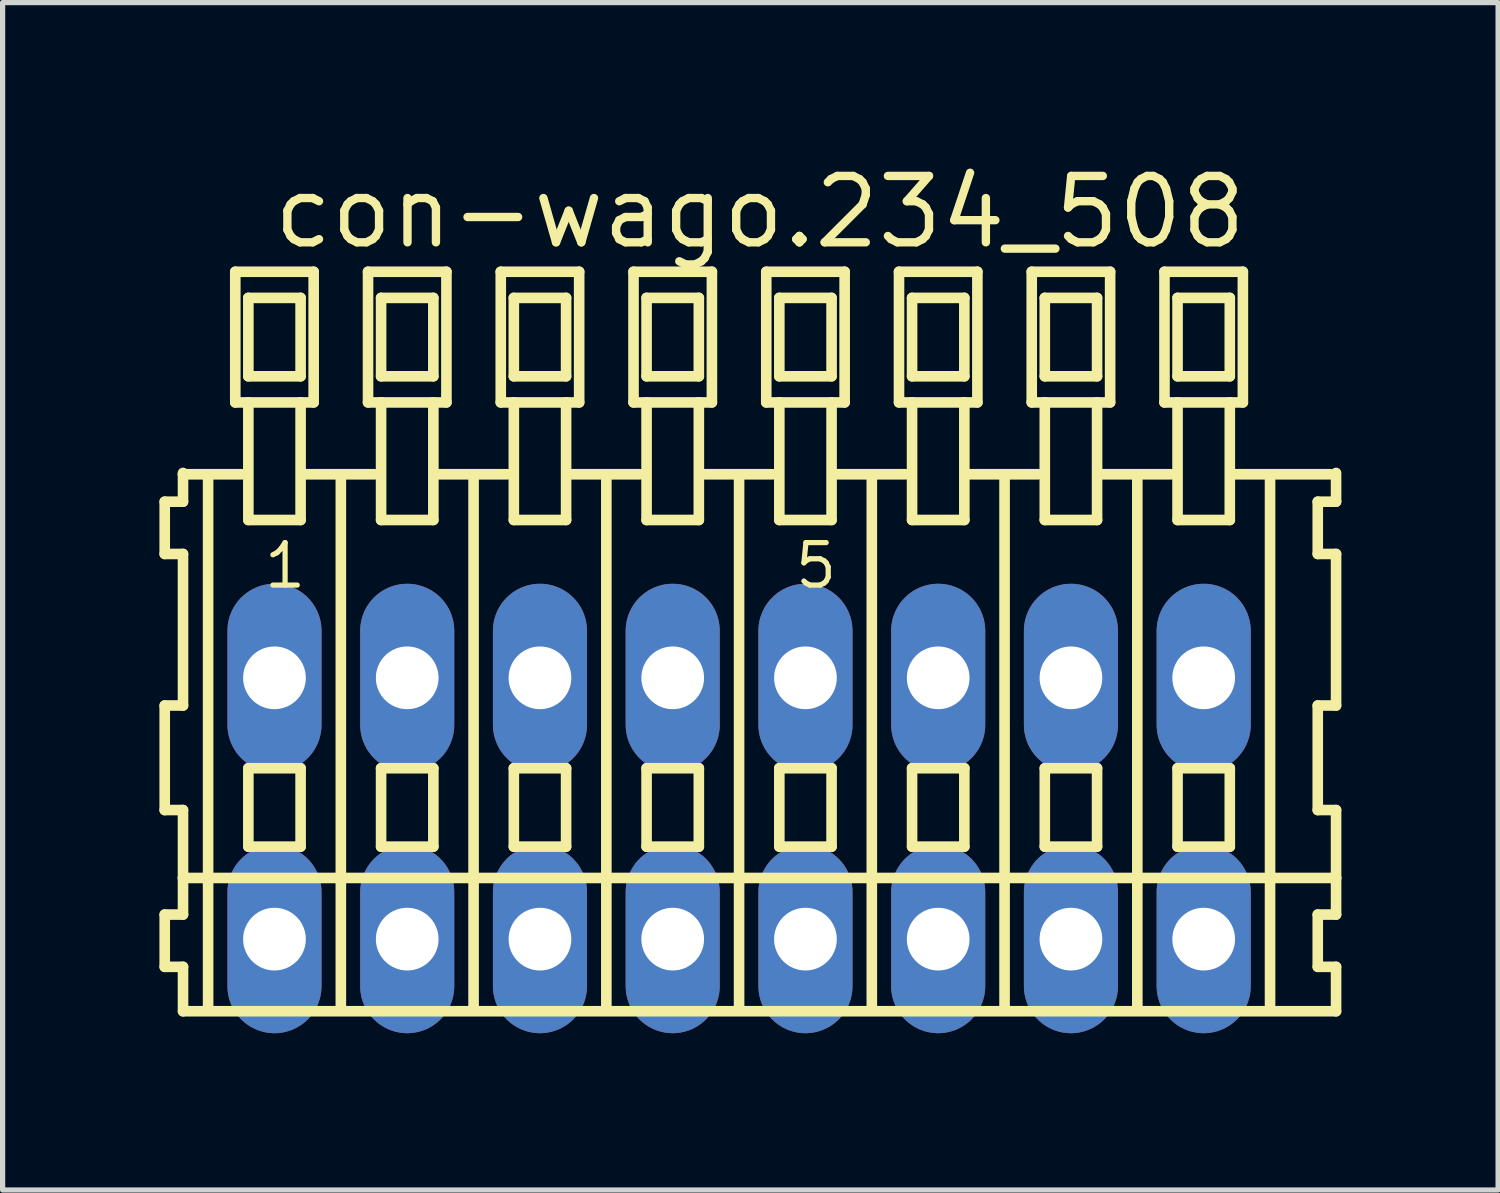
<source format=kicad_pcb>
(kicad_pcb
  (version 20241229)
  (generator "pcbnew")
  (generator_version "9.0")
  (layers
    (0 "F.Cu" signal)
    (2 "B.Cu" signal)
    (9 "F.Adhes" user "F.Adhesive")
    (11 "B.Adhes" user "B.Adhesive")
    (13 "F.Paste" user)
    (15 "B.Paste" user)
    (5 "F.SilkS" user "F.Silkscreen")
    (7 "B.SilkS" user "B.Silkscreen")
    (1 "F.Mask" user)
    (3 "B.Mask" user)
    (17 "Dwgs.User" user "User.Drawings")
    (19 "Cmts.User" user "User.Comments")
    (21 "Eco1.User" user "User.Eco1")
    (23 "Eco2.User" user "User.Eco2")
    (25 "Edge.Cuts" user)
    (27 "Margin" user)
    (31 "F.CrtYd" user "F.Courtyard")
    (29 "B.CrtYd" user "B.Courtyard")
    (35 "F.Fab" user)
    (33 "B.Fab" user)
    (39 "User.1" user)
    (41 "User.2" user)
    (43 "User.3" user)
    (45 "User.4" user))
  (footprint "con-wago.234_508"
    (layer "F.Cu")
    (at 11.092 12.42)
    (property "Reference" "con-wago.234_508" (at -8.99 -10.67 0) (layer "F.SilkS") (effects (font (size 1.27 1.27) (thickness 0.16)) (justify left bottom)))
    (attr through_hole)
    (fp_line (start -10.99 -5.87) (end -10.99 -4.87) (stroke (width 0.203) (type default)) (layer "F.SilkS"))
    (fp_line (start -10.99 -4.87) (end -10.64 -4.87) (stroke (width 0.203) (type default)) (layer "F.SilkS"))
    (fp_line (start -10.99 -1.97) (end -10.99 0.03) (stroke (width 0.203) (type default)) (layer "F.SilkS"))
    (fp_line (start -10.99 0.03) (end -10.64 0.03) (stroke (width 0.203) (type default)) (layer "F.SilkS"))
    (fp_line (start -10.99 2.03) (end -10.99 3.03) (stroke (width 0.203) (type default)) (layer "F.SilkS"))
    (fp_line (start -10.99 3.03) (end -10.64 3.03) (stroke (width 0.203) (type default)) (layer "F.SilkS"))
    (fp_line (start -10.64 -6.42) (end -10.64 -6.395) (stroke (width 0.203) (type default)) (layer "F.SilkS"))
    (fp_line (start -10.64 -6.395) (end -10.64 -5.87) (stroke (width 0.203) (type default)) (layer "F.SilkS"))
    (fp_line (start -10.64 -6.395) (end -9.515 -6.395) (stroke (width 0.203) (type default)) (layer "F.SilkS"))
    (fp_line (start -10.64 -5.87) (end -10.99 -5.87) (stroke (width 0.203) (type default)) (layer "F.SilkS"))
    (fp_line (start -10.64 -4.87) (end -10.64 -1.97) (stroke (width 0.203) (type default)) (layer "F.SilkS"))
    (fp_line (start -10.64 -1.97) (end -10.99 -1.97) (stroke (width 0.203) (type default)) (layer "F.SilkS"))
    (fp_line (start -10.64 0.03) (end -10.64 1.33) (stroke (width 0.203) (type default)) (layer "F.SilkS"))
    (fp_line (start -10.64 1.33) (end -10.64 2.03) (stroke (width 0.203) (type default)) (layer "F.SilkS"))
    (fp_line (start -10.64 1.33) (end 11.423 1.33) (stroke (width 0.203) (type default)) (layer "F.SilkS"))
    (fp_line (start -10.64 2.03) (end -10.99 2.03) (stroke (width 0.203) (type default)) (layer "F.SilkS"))
    (fp_line (start -10.64 3.03) (end -10.64 3.88) (stroke (width 0.203) (type default)) (layer "F.SilkS"))
    (fp_line (start -10.64 3.88) (end 11.423 3.88) (stroke (width 0.203) (type default)) (layer "F.SilkS"))
    (fp_line (start -10.16 3.83) (end -10.16 -6.33) (stroke (width 0.203) (type default)) (layer "F.SilkS"))
    (fp_line (start -9.64 -10.27) (end -9.64 -7.77) (stroke (width 0.203) (type default)) (layer "F.SilkS"))
    (fp_line (start -9.64 -7.77) (end -9.39 -7.77) (stroke (width 0.203) (type default)) (layer "F.SilkS"))
    (fp_line (start -9.39 -9.77) (end -9.39 -8.27) (stroke (width 0.203) (type default)) (layer "F.SilkS"))
    (fp_line (start -9.39 -8.27) (end -8.39 -8.27) (stroke (width 0.203) (type default)) (layer "F.SilkS"))
    (fp_line (start -9.39 -7.77) (end -9.39 -5.52) (stroke (width 0.203) (type default)) (layer "F.SilkS"))
    (fp_line (start -9.39 -7.77) (end -8.39 -7.77) (stroke (width 0.203) (type default)) (layer "F.SilkS"))
    (fp_line (start -9.39 -5.52) (end -8.39 -5.52) (stroke (width 0.203) (type default)) (layer "F.SilkS"))
    (fp_line (start -9.39 -0.77) (end -9.39 0.73) (stroke (width 0.203) (type default)) (layer "F.SilkS"))
    (fp_line (start -9.39 0.73) (end -8.39 0.73) (stroke (width 0.203) (type default)) (layer "F.SilkS"))
    (fp_line (start -8.39 -9.77) (end -9.39 -9.77) (stroke (width 0.203) (type default)) (layer "F.SilkS"))
    (fp_line (start -8.39 -8.27) (end -8.39 -9.77) (stroke (width 0.203) (type default)) (layer "F.SilkS"))
    (fp_line (start -8.39 -7.77) (end -8.14 -7.77) (stroke (width 0.203) (type default)) (layer "F.SilkS"))
    (fp_line (start -8.39 -5.52) (end -8.39 -7.77) (stroke (width 0.203) (type default)) (layer "F.SilkS"))
    (fp_line (start -8.39 -0.77) (end -9.39 -0.77) (stroke (width 0.203) (type default)) (layer "F.SilkS"))
    (fp_line (start -8.39 0.73) (end -8.39 -0.77) (stroke (width 0.203) (type default)) (layer "F.SilkS"))
    (fp_line (start -8.354 -6.395) (end -6.975 -6.395) (stroke (width 0.203) (type default)) (layer "F.SilkS"))
    (fp_line (start -8.14 -10.27) (end -9.64 -10.27) (stroke (width 0.203) (type default)) (layer "F.SilkS"))
    (fp_line (start -8.14 -7.77) (end -8.14 -10.27) (stroke (width 0.203) (type default)) (layer "F.SilkS"))
    (fp_line (start -7.62 3.83) (end -7.62 -6.33) (stroke (width 0.203) (type default)) (layer "F.SilkS"))
    (fp_line (start -7.1 -10.27) (end -7.1 -7.77) (stroke (width 0.203) (type default)) (layer "F.SilkS"))
    (fp_line (start -7.1 -7.77) (end -6.85 -7.77) (stroke (width 0.203) (type default)) (layer "F.SilkS"))
    (fp_line (start -6.85 -9.77) (end -6.85 -8.27) (stroke (width 0.203) (type default)) (layer "F.SilkS"))
    (fp_line (start -6.85 -8.27) (end -5.85 -8.27) (stroke (width 0.203) (type default)) (layer "F.SilkS"))
    (fp_line (start -6.85 -7.77) (end -6.85 -5.52) (stroke (width 0.203) (type default)) (layer "F.SilkS"))
    (fp_line (start -6.85 -7.77) (end -5.85 -7.77) (stroke (width 0.203) (type default)) (layer "F.SilkS"))
    (fp_line (start -6.85 -5.52) (end -5.85 -5.52) (stroke (width 0.203) (type default)) (layer "F.SilkS"))
    (fp_line (start -6.85 -0.77) (end -6.85 0.73) (stroke (width 0.203) (type default)) (layer "F.SilkS"))
    (fp_line (start -6.85 0.73) (end -5.85 0.73) (stroke (width 0.203) (type default)) (layer "F.SilkS"))
    (fp_line (start -5.85 -9.77) (end -6.85 -9.77) (stroke (width 0.203) (type default)) (layer "F.SilkS"))
    (fp_line (start -5.85 -8.27) (end -5.85 -9.77) (stroke (width 0.203) (type default)) (layer "F.SilkS"))
    (fp_line (start -5.85 -7.77) (end -5.6 -7.77) (stroke (width 0.203) (type default)) (layer "F.SilkS"))
    (fp_line (start -5.85 -5.52) (end -5.85 -7.77) (stroke (width 0.203) (type default)) (layer "F.SilkS"))
    (fp_line (start -5.85 -0.77) (end -6.85 -0.77) (stroke (width 0.203) (type default)) (layer "F.SilkS"))
    (fp_line (start -5.85 0.73) (end -5.85 -0.77) (stroke (width 0.203) (type default)) (layer "F.SilkS"))
    (fp_line (start -5.814 -6.395) (end -4.435 -6.395) (stroke (width 0.203) (type default)) (layer "F.SilkS"))
    (fp_line (start -5.6 -10.27) (end -7.1 -10.27) (stroke (width 0.203) (type default)) (layer "F.SilkS"))
    (fp_line (start -5.6 -7.77) (end -5.6 -10.27) (stroke (width 0.203) (type default)) (layer "F.SilkS"))
    (fp_line (start -5.08 3.83) (end -5.08 -6.33) (stroke (width 0.203) (type default)) (layer "F.SilkS"))
    (fp_line (start -4.56 -10.27) (end -4.56 -7.77) (stroke (width 0.203) (type default)) (layer "F.SilkS"))
    (fp_line (start -4.56 -7.77) (end -4.31 -7.77) (stroke (width 0.203) (type default)) (layer "F.SilkS"))
    (fp_line (start -4.31 -9.77) (end -4.31 -8.27) (stroke (width 0.203) (type default)) (layer "F.SilkS"))
    (fp_line (start -4.31 -8.27) (end -3.31 -8.27) (stroke (width 0.203) (type default)) (layer "F.SilkS"))
    (fp_line (start -4.31 -7.77) (end -4.31 -5.52) (stroke (width 0.203) (type default)) (layer "F.SilkS"))
    (fp_line (start -4.31 -7.77) (end -3.31 -7.77) (stroke (width 0.203) (type default)) (layer "F.SilkS"))
    (fp_line (start -4.31 -5.52) (end -3.31 -5.52) (stroke (width 0.203) (type default)) (layer "F.SilkS"))
    (fp_line (start -4.31 -0.77) (end -4.31 0.73) (stroke (width 0.203) (type default)) (layer "F.SilkS"))
    (fp_line (start -4.31 0.73) (end -3.31 0.73) (stroke (width 0.203) (type default)) (layer "F.SilkS"))
    (fp_line (start -3.31 -9.77) (end -4.31 -9.77) (stroke (width 0.203) (type default)) (layer "F.SilkS"))
    (fp_line (start -3.31 -8.27) (end -3.31 -9.77) (stroke (width 0.203) (type default)) (layer "F.SilkS"))
    (fp_line (start -3.31 -7.77) (end -3.06 -7.77) (stroke (width 0.203) (type default)) (layer "F.SilkS"))
    (fp_line (start -3.31 -5.52) (end -3.31 -7.77) (stroke (width 0.203) (type default)) (layer "F.SilkS"))
    (fp_line (start -3.31 -0.77) (end -4.31 -0.77) (stroke (width 0.203) (type default)) (layer "F.SilkS"))
    (fp_line (start -3.31 0.73) (end -3.31 -0.77) (stroke (width 0.203) (type default)) (layer "F.SilkS"))
    (fp_line (start -3.274 -6.395) (end -1.895 -6.395) (stroke (width 0.203) (type default)) (layer "F.SilkS"))
    (fp_line (start -3.06 -10.27) (end -4.56 -10.27) (stroke (width 0.203) (type default)) (layer "F.SilkS"))
    (fp_line (start -3.06 -7.77) (end -3.06 -10.27) (stroke (width 0.203) (type default)) (layer "F.SilkS"))
    (fp_line (start -2.54 3.83) (end -2.54 -6.33) (stroke (width 0.203) (type default)) (layer "F.SilkS"))
    (fp_line (start -2.02 -10.27) (end -2.02 -7.77) (stroke (width 0.203) (type default)) (layer "F.SilkS"))
    (fp_line (start -2.02 -7.77) (end -1.77 -7.77) (stroke (width 0.203) (type default)) (layer "F.SilkS"))
    (fp_line (start -1.77 -9.77) (end -1.77 -8.27) (stroke (width 0.203) (type default)) (layer "F.SilkS"))
    (fp_line (start -1.77 -8.27) (end -0.77 -8.27) (stroke (width 0.203) (type default)) (layer "F.SilkS"))
    (fp_line (start -1.77 -7.77) (end -1.77 -5.52) (stroke (width 0.203) (type default)) (layer "F.SilkS"))
    (fp_line (start -1.77 -7.77) (end -0.77 -7.77) (stroke (width 0.203) (type default)) (layer "F.SilkS"))
    (fp_line (start -1.77 -5.52) (end -0.77 -5.52) (stroke (width 0.203) (type default)) (layer "F.SilkS"))
    (fp_line (start -1.77 -0.77) (end -1.77 0.73) (stroke (width 0.203) (type default)) (layer "F.SilkS"))
    (fp_line (start -1.77 0.73) (end -0.77 0.73) (stroke (width 0.203) (type default)) (layer "F.SilkS"))
    (fp_line (start -0.77 -9.77) (end -1.77 -9.77) (stroke (width 0.203) (type default)) (layer "F.SilkS"))
    (fp_line (start -0.77 -8.27) (end -0.77 -9.77) (stroke (width 0.203) (type default)) (layer "F.SilkS"))
    (fp_line (start -0.77 -7.77) (end -0.52 -7.77) (stroke (width 0.203) (type default)) (layer "F.SilkS"))
    (fp_line (start -0.77 -5.52) (end -0.77 -7.77) (stroke (width 0.203) (type default)) (layer "F.SilkS"))
    (fp_line (start -0.77 -0.77) (end -1.77 -0.77) (stroke (width 0.203) (type default)) (layer "F.SilkS"))
    (fp_line (start -0.77 0.73) (end -0.77 -0.77) (stroke (width 0.203) (type default)) (layer "F.SilkS"))
    (fp_line (start -0.734 -6.395) (end 0.645 -6.395) (stroke (width 0.203) (type default)) (layer "F.SilkS"))
    (fp_line (start -0.52 -10.27) (end -2.02 -10.27) (stroke (width 0.203) (type default)) (layer "F.SilkS"))
    (fp_line (start -0.52 -7.77) (end -0.52 -10.27) (stroke (width 0.203) (type default)) (layer "F.SilkS"))
    (fp_line (start 0 3.83) (end 0 -6.33) (stroke (width 0.203) (type default)) (layer "F.SilkS"))
    (fp_line (start 0.52 -10.27) (end 0.52 -7.77) (stroke (width 0.203) (type default)) (layer "F.SilkS"))
    (fp_line (start 0.52 -7.77) (end 0.77 -7.77) (stroke (width 0.203) (type default)) (layer "F.SilkS"))
    (fp_line (start 0.77 -9.77) (end 0.77 -8.27) (stroke (width 0.203) (type default)) (layer "F.SilkS"))
    (fp_line (start 0.77 -8.27) (end 1.77 -8.27) (stroke (width 0.203) (type default)) (layer "F.SilkS"))
    (fp_line (start 0.77 -7.77) (end 0.77 -5.52) (stroke (width 0.203) (type default)) (layer "F.SilkS"))
    (fp_line (start 0.77 -7.77) (end 1.77 -7.77) (stroke (width 0.203) (type default)) (layer "F.SilkS"))
    (fp_line (start 0.77 -5.52) (end 1.77 -5.52) (stroke (width 0.203) (type default)) (layer "F.SilkS"))
    (fp_line (start 0.77 -0.77) (end 0.77 0.73) (stroke (width 0.203) (type default)) (layer "F.SilkS"))
    (fp_line (start 0.77 0.73) (end 1.77 0.73) (stroke (width 0.203) (type default)) (layer "F.SilkS"))
    (fp_line (start 1.77 -9.77) (end 0.77 -9.77) (stroke (width 0.203) (type default)) (layer "F.SilkS"))
    (fp_line (start 1.77 -8.27) (end 1.77 -9.77) (stroke (width 0.203) (type default)) (layer "F.SilkS"))
    (fp_line (start 1.77 -7.77) (end 2.02 -7.77) (stroke (width 0.203) (type default)) (layer "F.SilkS"))
    (fp_line (start 1.77 -5.52) (end 1.77 -7.77) (stroke (width 0.203) (type default)) (layer "F.SilkS"))
    (fp_line (start 1.77 -0.77) (end 0.77 -0.77) (stroke (width 0.203) (type default)) (layer "F.SilkS"))
    (fp_line (start 1.77 0.73) (end 1.77 -0.77) (stroke (width 0.203) (type default)) (layer "F.SilkS"))
    (fp_line (start 1.806 -6.395) (end 3.185 -6.395) (stroke (width 0.203) (type default)) (layer "F.SilkS"))
    (fp_line (start 2.02 -10.27) (end 0.52 -10.27) (stroke (width 0.203) (type default)) (layer "F.SilkS"))
    (fp_line (start 2.02 -7.77) (end 2.02 -10.27) (stroke (width 0.203) (type default)) (layer "F.SilkS"))
    (fp_line (start 2.54 3.83) (end 2.54 -6.33) (stroke (width 0.203) (type default)) (layer "F.SilkS"))
    (fp_line (start 3.06 -10.27) (end 3.06 -7.77) (stroke (width 0.203) (type default)) (layer "F.SilkS"))
    (fp_line (start 3.06 -7.77) (end 3.31 -7.77) (stroke (width 0.203) (type default)) (layer "F.SilkS"))
    (fp_line (start 3.31 -9.77) (end 3.31 -8.27) (stroke (width 0.203) (type default)) (layer "F.SilkS"))
    (fp_line (start 3.31 -8.27) (end 4.31 -8.27) (stroke (width 0.203) (type default)) (layer "F.SilkS"))
    (fp_line (start 3.31 -7.77) (end 3.31 -5.52) (stroke (width 0.203) (type default)) (layer "F.SilkS"))
    (fp_line (start 3.31 -7.77) (end 4.31 -7.77) (stroke (width 0.203) (type default)) (layer "F.SilkS"))
    (fp_line (start 3.31 -5.52) (end 4.31 -5.52) (stroke (width 0.203) (type default)) (layer "F.SilkS"))
    (fp_line (start 3.31 -0.77) (end 3.31 0.73) (stroke (width 0.203) (type default)) (layer "F.SilkS"))
    (fp_line (start 3.31 0.73) (end 4.31 0.73) (stroke (width 0.203) (type default)) (layer "F.SilkS"))
    (fp_line (start 4.31 -9.77) (end 3.31 -9.77) (stroke (width 0.203) (type default)) (layer "F.SilkS"))
    (fp_line (start 4.31 -8.27) (end 4.31 -9.77) (stroke (width 0.203) (type default)) (layer "F.SilkS"))
    (fp_line (start 4.31 -7.77) (end 4.56 -7.77) (stroke (width 0.203) (type default)) (layer "F.SilkS"))
    (fp_line (start 4.31 -5.52) (end 4.31 -7.77) (stroke (width 0.203) (type default)) (layer "F.SilkS"))
    (fp_line (start 4.31 -0.77) (end 3.31 -0.77) (stroke (width 0.203) (type default)) (layer "F.SilkS"))
    (fp_line (start 4.31 0.73) (end 4.31 -0.77) (stroke (width 0.203) (type default)) (layer "F.SilkS"))
    (fp_line (start 4.346 -6.395) (end 5.725 -6.395) (stroke (width 0.203) (type default)) (layer "F.SilkS"))
    (fp_line (start 4.56 -10.27) (end 3.06 -10.27) (stroke (width 0.203) (type default)) (layer "F.SilkS"))
    (fp_line (start 4.56 -7.77) (end 4.56 -10.27) (stroke (width 0.203) (type default)) (layer "F.SilkS"))
    (fp_line (start 5.08 3.83) (end 5.08 -6.33) (stroke (width 0.203) (type default)) (layer "F.SilkS"))
    (fp_line (start 5.6 -10.27) (end 5.6 -7.77) (stroke (width 0.203) (type default)) (layer "F.SilkS"))
    (fp_line (start 5.6 -7.77) (end 5.85 -7.77) (stroke (width 0.203) (type default)) (layer "F.SilkS"))
    (fp_line (start 5.85 -9.77) (end 5.85 -8.27) (stroke (width 0.203) (type default)) (layer "F.SilkS"))
    (fp_line (start 5.85 -8.27) (end 6.85 -8.27) (stroke (width 0.203) (type default)) (layer "F.SilkS"))
    (fp_line (start 5.85 -7.77) (end 5.85 -5.52) (stroke (width 0.203) (type default)) (layer "F.SilkS"))
    (fp_line (start 5.85 -7.77) (end 6.85 -7.77) (stroke (width 0.203) (type default)) (layer "F.SilkS"))
    (fp_line (start 5.85 -5.52) (end 6.85 -5.52) (stroke (width 0.203) (type default)) (layer "F.SilkS"))
    (fp_line (start 5.85 -0.77) (end 5.85 0.73) (stroke (width 0.203) (type default)) (layer "F.SilkS"))
    (fp_line (start 5.85 0.73) (end 6.85 0.73) (stroke (width 0.203) (type default)) (layer "F.SilkS"))
    (fp_line (start 6.85 -9.77) (end 5.85 -9.77) (stroke (width 0.203) (type default)) (layer "F.SilkS"))
    (fp_line (start 6.85 -8.27) (end 6.85 -9.77) (stroke (width 0.203) (type default)) (layer "F.SilkS"))
    (fp_line (start 6.85 -7.77) (end 7.1 -7.77) (stroke (width 0.203) (type default)) (layer "F.SilkS"))
    (fp_line (start 6.85 -5.52) (end 6.85 -7.77) (stroke (width 0.203) (type default)) (layer "F.SilkS"))
    (fp_line (start 6.85 -0.77) (end 5.85 -0.77) (stroke (width 0.203) (type default)) (layer "F.SilkS"))
    (fp_line (start 6.85 0.73) (end 6.85 -0.77) (stroke (width 0.203) (type default)) (layer "F.SilkS"))
    (fp_line (start 6.886 -6.395) (end 8.265 -6.395) (stroke (width 0.203) (type default)) (layer "F.SilkS"))
    (fp_line (start 7.1 -10.27) (end 5.6 -10.27) (stroke (width 0.203) (type default)) (layer "F.SilkS"))
    (fp_line (start 7.1 -7.77) (end 7.1 -10.27) (stroke (width 0.203) (type default)) (layer "F.SilkS"))
    (fp_line (start 7.62 3.83) (end 7.62 -6.33) (stroke (width 0.203) (type default)) (layer "F.SilkS"))
    (fp_line (start 8.14 -10.27) (end 8.14 -7.77) (stroke (width 0.203) (type default)) (layer "F.SilkS"))
    (fp_line (start 8.14 -7.77) (end 8.39 -7.77) (stroke (width 0.203) (type default)) (layer "F.SilkS"))
    (fp_line (start 8.39 -9.77) (end 8.39 -8.27) (stroke (width 0.203) (type default)) (layer "F.SilkS"))
    (fp_line (start 8.39 -8.27) (end 9.39 -8.27) (stroke (width 0.203) (type default)) (layer "F.SilkS"))
    (fp_line (start 8.39 -7.77) (end 8.39 -5.52) (stroke (width 0.203) (type default)) (layer "F.SilkS"))
    (fp_line (start 8.39 -7.77) (end 9.39 -7.77) (stroke (width 0.203) (type default)) (layer "F.SilkS"))
    (fp_line (start 8.39 -5.52) (end 9.39 -5.52) (stroke (width 0.203) (type default)) (layer "F.SilkS"))
    (fp_line (start 8.39 -0.77) (end 8.39 0.73) (stroke (width 0.203) (type default)) (layer "F.SilkS"))
    (fp_line (start 8.39 0.73) (end 9.39 0.73) (stroke (width 0.203) (type default)) (layer "F.SilkS"))
    (fp_line (start 9.39 -9.77) (end 8.39 -9.77) (stroke (width 0.203) (type default)) (layer "F.SilkS"))
    (fp_line (start 9.39 -8.27) (end 9.39 -9.77) (stroke (width 0.203) (type default)) (layer "F.SilkS"))
    (fp_line (start 9.39 -7.77) (end 9.64 -7.77) (stroke (width 0.203) (type default)) (layer "F.SilkS"))
    (fp_line (start 9.39 -5.52) (end 9.39 -7.77) (stroke (width 0.203) (type default)) (layer "F.SilkS"))
    (fp_line (start 9.39 -0.77) (end 8.39 -0.77) (stroke (width 0.203) (type default)) (layer "F.SilkS"))
    (fp_line (start 9.39 0.73) (end 9.39 -0.77) (stroke (width 0.203) (type default)) (layer "F.SilkS"))
    (fp_line (start 9.426 -6.395) (end 11.313 -6.395) (stroke (width 0.203) (type default)) (layer "F.SilkS"))
    (fp_line (start 9.64 -10.27) (end 8.14 -10.27) (stroke (width 0.203) (type default)) (layer "F.SilkS"))
    (fp_line (start 9.64 -7.77) (end 9.64 -10.27) (stroke (width 0.203) (type default)) (layer "F.SilkS"))
    (fp_line (start 10.16 3.83) (end 10.16 -6.33) (stroke (width 0.203) (type default)) (layer "F.SilkS"))
    (fp_line (start 11.073 -5.87) (end 11.073 -4.87) (stroke (width 0.203) (type default)) (layer "F.SilkS"))
    (fp_line (start 11.073 -4.87) (end 11.423 -4.87) (stroke (width 0.203) (type default)) (layer "F.SilkS"))
    (fp_line (start 11.073 -1.97) (end 11.073 0.03) (stroke (width 0.203) (type default)) (layer "F.SilkS"))
    (fp_line (start 11.073 0.03) (end 11.423 0.03) (stroke (width 0.203) (type default)) (layer "F.SilkS"))
    (fp_line (start 11.073 2.03) (end 11.073 3.03) (stroke (width 0.203) (type default)) (layer "F.SilkS"))
    (fp_line (start 11.073 3.03) (end 11.423 3.03) (stroke (width 0.203) (type default)) (layer "F.SilkS"))
    (fp_line (start 11.423 -5.87) (end 11.073 -5.87) (stroke (width 0.203) (type default)) (layer "F.SilkS"))
    (fp_line (start 11.423 -5.87) (end 11.423 -6.42) (stroke (width 0.203) (type default)) (layer "F.SilkS"))
    (fp_line (start 11.423 -1.97) (end 11.073 -1.97) (stroke (width 0.203) (type default)) (layer "F.SilkS"))
    (fp_line (start 11.423 -1.97) (end 11.423 -4.87) (stroke (width 0.203) (type default)) (layer "F.SilkS"))
    (fp_line (start 11.423 1.33) (end 11.423 0.03) (stroke (width 0.203) (type default)) (layer "F.SilkS"))
    (fp_line (start 11.423 2.03) (end 11.073 2.03) (stroke (width 0.203) (type default)) (layer "F.SilkS"))
    (fp_line (start 11.423 2.03) (end 11.423 1.33) (stroke (width 0.203) (type default)) (layer "F.SilkS"))
    (fp_line (start 11.423 3.88) (end 11.423 3.03) (stroke (width 0.203) (type default)) (layer "F.SilkS"))
    (fp_text user "1" (at -9.14 -4.17 0) (layer "F.SilkS") (effects (font (size 0.813 0.813) (thickness 0.1)) (justify left bottom)))
    (fp_text user "5" (at 1.02 -4.17 0) (layer "F.SilkS") (effects (font (size 0.813 0.813) (thickness 0.1)) (justify left bottom)))
    (pad "A1" thru_hole oval (at -8.89 -2.5 90) (size 3.6 1.8) (drill 1.2) (layers "*.Cu" "*.Mask"))
    (pad "A2" thru_hole oval (at -6.35 -2.5 90) (size 3.6 1.8) (drill 1.2) (layers "*.Cu" "*.Mask"))
    (pad "A3" thru_hole oval (at -3.81 -2.5 90) (size 3.6 1.8) (drill 1.2) (layers "*.Cu" "*.Mask"))
    (pad "A4" thru_hole oval (at -1.27 -2.5 90) (size 3.6 1.8) (drill 1.2) (layers "*.Cu" "*.Mask"))
    (pad "A5" thru_hole oval (at 1.27 -2.5 90) (size 3.6 1.8) (drill 1.2) (layers "*.Cu" "*.Mask"))
    (pad "A6" thru_hole oval (at 3.81 -2.5 90) (size 3.6 1.8) (drill 1.2) (layers "*.Cu" "*.Mask"))
    (pad "A7" thru_hole oval (at 6.35 -2.5 90) (size 3.6 1.8) (drill 1.2) (layers "*.Cu" "*.Mask"))
    (pad "A8" thru_hole oval (at 8.89 -2.5 90) (size 3.6 1.8) (drill 1.2) (layers "*.Cu" "*.Mask"))
    (pad "B1" thru_hole oval (at -8.89 2.5 90) (size 3.6 1.8) (drill 1.2) (layers "*.Cu" "*.Mask"))
    (pad "B2" thru_hole oval (at -6.35 2.5 90) (size 3.6 1.8) (drill 1.2) (layers "*.Cu" "*.Mask"))
    (pad "B3" thru_hole oval (at -3.81 2.5 90) (size 3.6 1.8) (drill 1.2) (layers "*.Cu" "*.Mask"))
    (pad "B4" thru_hole oval (at -1.27 2.5 90) (size 3.6 1.8) (drill 1.2) (layers "*.Cu" "*.Mask"))
    (pad "B5" thru_hole oval (at 1.27 2.5 90) (size 3.6 1.8) (drill 1.2) (layers "*.Cu" "*.Mask"))
    (pad "B6" thru_hole oval (at 3.81 2.5 90) (size 3.6 1.8) (drill 1.2) (layers "*.Cu" "*.Mask"))
    (pad "B7" thru_hole oval (at 6.35 2.5 90) (size 3.6 1.8) (drill 1.2) (layers "*.Cu" "*.Mask"))
    (pad "B8" thru_hole oval (at 8.89 2.5 90) (size 3.6 1.8) (drill 1.2) (layers "*.Cu" "*.Mask")))
  (gr_rect
    (start -3 -3)
    (end 25.616 19.72)
    (stroke (width 0.1) (type default))
    (fill no)
    (layer "Edge.Cuts")))
</source>
